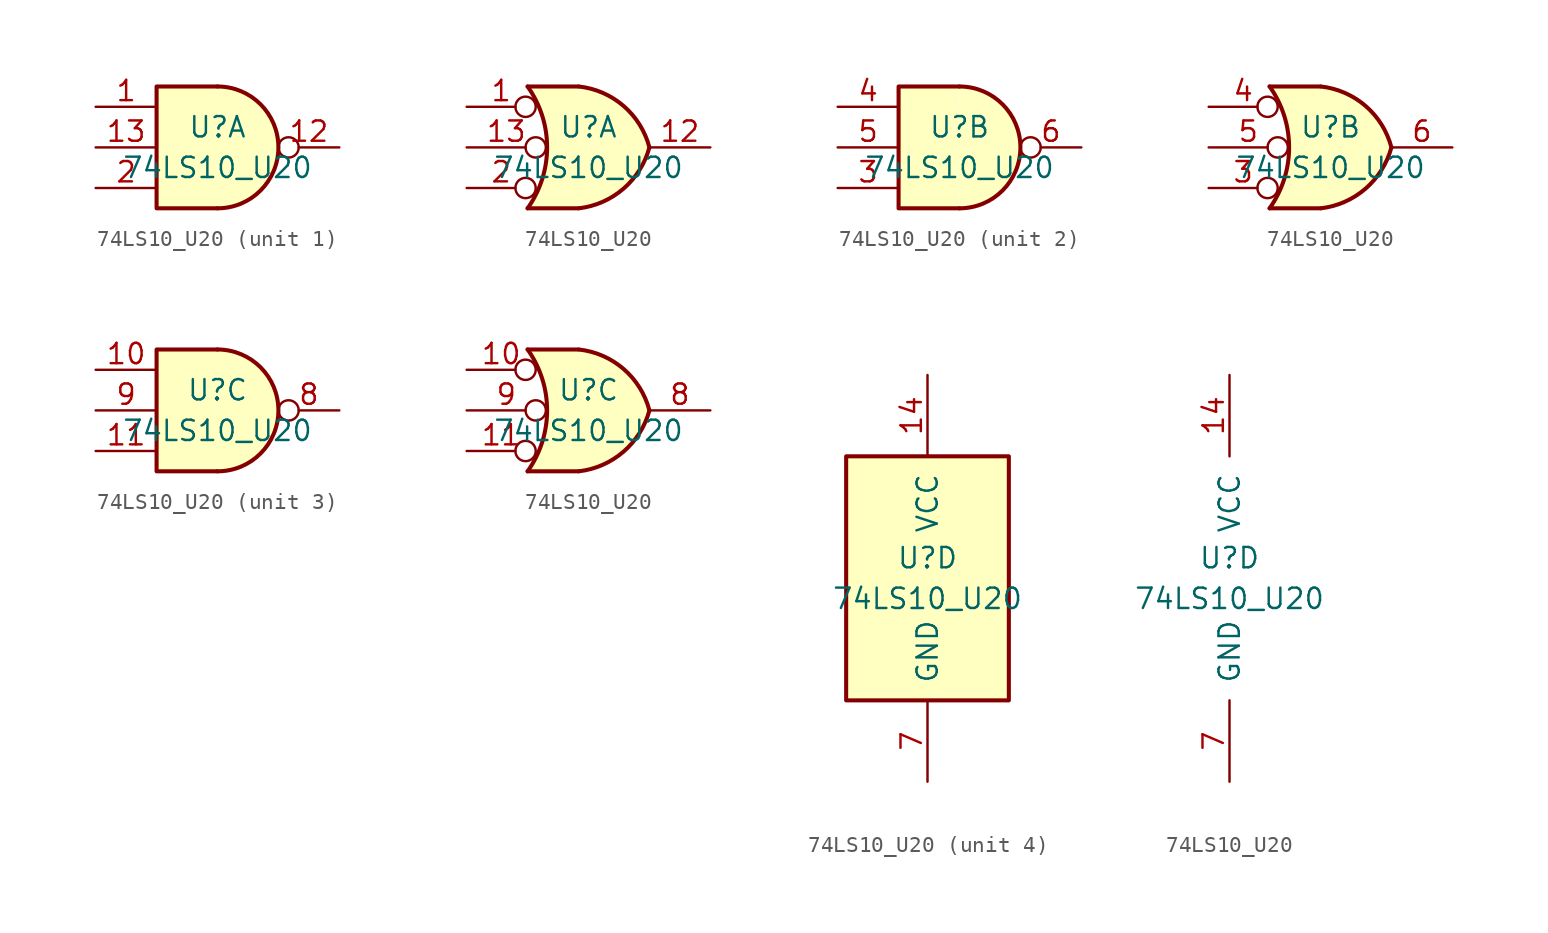
<source format=kicad_sym>
(kicad_symbol_lib
  (version 20220914)
  (generator kicad_symbol_editor)
  (symbol "74LS10_U20"
    (pin_names
      (offset 1.016))
    (property "Reference" "U"
      (at 0 1.27 0)
      (effects (font (size 1.27 1.27))))
    (property "Value" "74LS10_U20"
      (at 0 -1.27 0)
      (effects (font (size 1.27 1.27))))
    (property "ki_locked" ""
      (at 0 0 0)
      (effects (font (size 1.27 1.27))))
    (symbol "74LS10_U20_1_1"
      (arc (start 0 -3.81) (mid 3.7934 0) (end 0 3.81) (stroke (width 0.254) (type default)) (fill (type background)))
      (polyline (pts (xy 0 3.81) (xy -3.81 3.81) (xy -3.81 -3.81) (xy 0 -3.81)) (stroke (width 0.254) (type default)) (fill (type background)))
      (pin input line (at -7.62 2.54 0) (length 3.81) (name "~" (effects (font (size 1.27 1.27)))) (number "1" (effects (font (size 1.27 1.27)))))
      (pin output inverted (at 7.62 0 180) (length 3.81) (name "~" (effects (font (size 1.27 1.27)))) (number "12" (effects (font (size 1.27 1.27)))))
      (pin input line (at -7.62 0 0) (length 3.81) (name "~" (effects (font (size 1.27 1.27)))) (number "13" (effects (font (size 1.27 1.27)))))
      (pin input line (at -7.62 -2.54 0) (length 3.81) (name "~" (effects (font (size 1.27 1.27)))) (number "2" (effects (font (size 1.27 1.27))))))
    (symbol "74LS10_U20_1_2"
      (arc (start -3.81 -3.81) (mid -2.589 0) (end -3.81 3.81) (stroke (width 0.254) (type default)) (fill (type none)))
      (arc (start -0.6096 -3.81) (mid 2.1842 -2.5851) (end 3.81 0) (stroke (width 0.254) (type default)) (fill (type background)))
      (polyline (pts (xy -3.81 -3.81) (xy -0.635 -3.81)) (stroke (width 0.254) (type default)) (fill (type background)))
      (polyline (pts (xy -3.81 3.81) (xy -0.635 3.81)) (stroke (width 0.254) (type default)) (fill (type background)))
      (polyline (pts (xy -0.635 3.81) (xy -3.81 3.81) (xy -3.81 3.81) (xy -3.556 3.404) (xy -3.023 2.261) (xy -2.692 1.041) (xy -2.616 -0.254) (xy -2.769 -1.499) (xy -3.175 -2.718) (xy -3.81 -3.81) (xy -3.81 -3.81) (xy -0.635 -3.81)) (stroke (width -25.4) (type default)) (fill (type background)))
      (arc (start 3.81 0) (mid 2.1915 2.5936) (end -0.6096 3.81) (stroke (width 0.254) (type default)) (fill (type background)))
      (pin input inverted (at -7.62 2.54 0) (length 4.318) (name "~" (effects (font (size 1.27 1.27)))) (number "1" (effects (font (size 1.27 1.27)))))
      (pin output line (at 7.62 0 180) (length 3.81) (name "~" (effects (font (size 1.27 1.27)))) (number "12" (effects (font (size 1.27 1.27)))))
      (pin input inverted (at -7.62 0 0) (length 4.953) (name "~" (effects (font (size 1.27 1.27)))) (number "13" (effects (font (size 1.27 1.27)))))
      (pin input inverted (at -7.62 -2.54 0) (length 4.318) (name "~" (effects (font (size 1.27 1.27)))) (number "2" (effects (font (size 1.27 1.27))))))
    (symbol "74LS10_U20_2_1"
      (arc (start 0 -3.81) (mid 3.7934 0) (end 0 3.81) (stroke (width 0.254) (type default)) (fill (type background)))
      (polyline (pts (xy 0 3.81) (xy -3.81 3.81) (xy -3.81 -3.81) (xy 0 -3.81)) (stroke (width 0.254) (type default)) (fill (type background)))
      (pin input line (at -7.62 -2.54 0) (length 3.81) (name "~" (effects (font (size 1.27 1.27)))) (number "3" (effects (font (size 1.27 1.27)))))
      (pin input line (at -7.62 2.54 0) (length 3.81) (name "~" (effects (font (size 1.27 1.27)))) (number "4" (effects (font (size 1.27 1.27)))))
      (pin input line (at -7.62 0 0) (length 3.81) (name "~" (effects (font (size 1.27 1.27)))) (number "5" (effects (font (size 1.27 1.27)))))
      (pin output inverted (at 7.62 0 180) (length 3.81) (name "~" (effects (font (size 1.27 1.27)))) (number "6" (effects (font (size 1.27 1.27))))))
    (symbol "74LS10_U20_2_2"
      (arc (start -3.81 -3.81) (mid -2.589 0) (end -3.81 3.81) (stroke (width 0.254) (type default)) (fill (type none)))
      (arc (start -0.6096 -3.81) (mid 2.1842 -2.5851) (end 3.81 0) (stroke (width 0.254) (type default)) (fill (type background)))
      (polyline (pts (xy -3.81 -3.81) (xy -0.635 -3.81)) (stroke (width 0.254) (type default)) (fill (type background)))
      (polyline (pts (xy -3.81 3.81) (xy -0.635 3.81)) (stroke (width 0.254) (type default)) (fill (type background)))
      (polyline (pts (xy -0.635 3.81) (xy -3.81 3.81) (xy -3.81 3.81) (xy -3.556 3.404) (xy -3.023 2.261) (xy -2.692 1.041) (xy -2.616 -0.254) (xy -2.769 -1.499) (xy -3.175 -2.718) (xy -3.81 -3.81) (xy -3.81 -3.81) (xy -0.635 -3.81)) (stroke (width -25.4) (type default)) (fill (type background)))
      (arc (start 3.81 0) (mid 2.1915 2.5936) (end -0.6096 3.81) (stroke (width 0.254) (type default)) (fill (type background)))
      (pin input inverted (at -7.62 -2.54 0) (length 4.318) (name "~" (effects (font (size 1.27 1.27)))) (number "3" (effects (font (size 1.27 1.27)))))
      (pin input inverted (at -7.62 2.54 0) (length 4.318) (name "~" (effects (font (size 1.27 1.27)))) (number "4" (effects (font (size 1.27 1.27)))))
      (pin input inverted (at -7.62 0 0) (length 4.953) (name "~" (effects (font (size 1.27 1.27)))) (number "5" (effects (font (size 1.27 1.27)))))
      (pin output line (at 7.62 0 180) (length 3.81) (name "~" (effects (font (size 1.27 1.27)))) (number "6" (effects (font (size 1.27 1.27))))))
    (symbol "74LS10_U20_3_1"
      (arc (start 0 -3.81) (mid 3.7934 0) (end 0 3.81) (stroke (width 0.254) (type default)) (fill (type background)))
      (polyline (pts (xy 0 3.81) (xy -3.81 3.81) (xy -3.81 -3.81) (xy 0 -3.81)) (stroke (width 0.254) (type default)) (fill (type background)))
      (pin input line (at -7.62 2.54 0) (length 3.81) (name "~" (effects (font (size 1.27 1.27)))) (number "10" (effects (font (size 1.27 1.27)))))
      (pin input line (at -7.62 -2.54 0) (length 3.81) (name "~" (effects (font (size 1.27 1.27)))) (number "11" (effects (font (size 1.27 1.27)))))
      (pin output inverted (at 7.62 0 180) (length 3.81) (name "~" (effects (font (size 1.27 1.27)))) (number "8" (effects (font (size 1.27 1.27)))))
      (pin input line (at -7.62 0 0) (length 3.81) (name "~" (effects (font (size 1.27 1.27)))) (number "9" (effects (font (size 1.27 1.27))))))
    (symbol "74LS10_U20_3_2"
      (arc (start -3.81 -3.81) (mid -2.589 0) (end -3.81 3.81) (stroke (width 0.254) (type default)) (fill (type none)))
      (arc (start -0.6096 -3.81) (mid 2.1842 -2.5851) (end 3.81 0) (stroke (width 0.254) (type default)) (fill (type background)))
      (polyline (pts (xy -3.81 -3.81) (xy -0.635 -3.81)) (stroke (width 0.254) (type default)) (fill (type background)))
      (polyline (pts (xy -3.81 3.81) (xy -0.635 3.81)) (stroke (width 0.254) (type default)) (fill (type background)))
      (polyline (pts (xy -0.635 3.81) (xy -3.81 3.81) (xy -3.81 3.81) (xy -3.556 3.404) (xy -3.023 2.261) (xy -2.692 1.041) (xy -2.616 -0.254) (xy -2.769 -1.499) (xy -3.175 -2.718) (xy -3.81 -3.81) (xy -3.81 -3.81) (xy -0.635 -3.81)) (stroke (width -25.4) (type default)) (fill (type background)))
      (arc (start 3.81 0) (mid 2.1915 2.5936) (end -0.6096 3.81) (stroke (width 0.254) (type default)) (fill (type background)))
      (pin input inverted (at -7.62 2.54 0) (length 4.318) (name "~" (effects (font (size 1.27 1.27)))) (number "10" (effects (font (size 1.27 1.27)))))
      (pin input inverted (at -7.62 -2.54 0) (length 4.318) (name "~" (effects (font (size 1.27 1.27)))) (number "11" (effects (font (size 1.27 1.27)))))
      (pin output line (at 7.62 0 180) (length 3.81) (name "~" (effects (font (size 1.27 1.27)))) (number "8" (effects (font (size 1.27 1.27)))))
      (pin input inverted (at -7.62 0 0) (length 4.953) (name "~" (effects (font (size 1.27 1.27)))) (number "9" (effects (font (size 1.27 1.27))))))
    (symbol "74LS10_U20_4_0"
      (pin power_in line (at 0 12.7 270) (length 5.08) (name "VCC" (effects (font (size 1.27 1.27)))) (number "14" (effects (font (size 1.27 1.27)))))
      (pin power_in line (at 0 -12.7 90) (length 5.08) (name "GND" (effects (font (size 1.27 1.27)))) (number "7" (effects (font (size 1.27 1.27))))))
    (symbol "74LS10_U20_4_1"
      (rectangle (start -5.08 7.62) (end 5.08 -7.62) (stroke (width 0.254) (type default)) (fill (type background))))))
</source>
